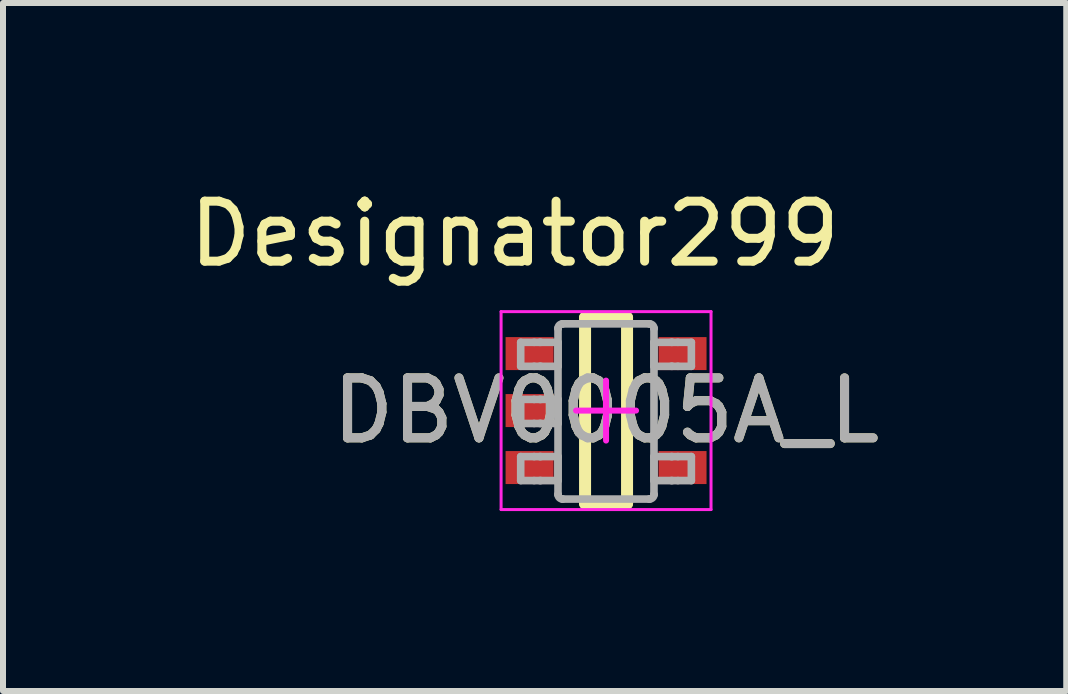
<source format=kicad_pcb>
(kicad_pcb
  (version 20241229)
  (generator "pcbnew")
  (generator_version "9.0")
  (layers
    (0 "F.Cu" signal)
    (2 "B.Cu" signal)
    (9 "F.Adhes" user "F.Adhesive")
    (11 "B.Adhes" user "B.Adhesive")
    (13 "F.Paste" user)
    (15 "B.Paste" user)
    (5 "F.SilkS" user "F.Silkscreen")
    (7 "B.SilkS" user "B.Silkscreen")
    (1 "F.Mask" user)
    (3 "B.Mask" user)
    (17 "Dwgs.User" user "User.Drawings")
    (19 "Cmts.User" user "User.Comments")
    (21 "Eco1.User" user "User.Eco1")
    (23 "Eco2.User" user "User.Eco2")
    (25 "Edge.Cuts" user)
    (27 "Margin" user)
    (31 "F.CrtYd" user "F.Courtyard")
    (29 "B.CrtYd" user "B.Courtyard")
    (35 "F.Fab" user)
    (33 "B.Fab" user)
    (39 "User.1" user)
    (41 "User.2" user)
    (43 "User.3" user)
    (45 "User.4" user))
  (footprint "DBV0005A_L"
    (layer "F.Cu")
    (at 7.054 3.795)
    (property "Reference" "DBV0005A_L" (at 0 0 0) (unlocked yes) (layer "F.SilkS") (effects (font (size 1 1) (thickness 0.15))))
    (attr smd)
    (fp_line (start -0.35 -1.55) (end 0.35 -1.55) (stroke (width 0.2) (type solid)) (layer "F.SilkS"))
    (fp_line (start -0.35 1.55) (end -0.35 -1.55) (stroke (width 0.2) (type solid)) (layer "F.SilkS"))
    (fp_line (start -0.35 1.55) (end 0.35 1.55) (stroke (width 0.2) (type solid)) (layer "F.SilkS"))
    (fp_line (start 0.35 1.55) (end 0.35 -1.55) (stroke (width 0.2) (type solid)) (layer "F.SilkS"))
    (fp_line (start -1.75 -1.65) (end 1.75 -1.65) (stroke (width 0.05) (type solid)) (layer "F.CrtYd"))
    (fp_line (start -1.75 1.65) (end -1.75 -1.65) (stroke (width 0.05) (type solid)) (layer "F.CrtYd"))
    (fp_line (start -1.75 1.65) (end 1.75 1.65) (stroke (width 0.05) (type solid)) (layer "F.CrtYd"))
    (fp_line (start -0.5 0) (end 0.5 0) (stroke (width 0.1) (type solid)) (layer "F.CrtYd"))
    (fp_line (start 0 0.5) (end 0 -0.5) (stroke (width 0.1) (type solid)) (layer "F.CrtYd"))
    (fp_line (start 1.75 1.65) (end 1.75 -1.65) (stroke (width 0.05) (type solid)) (layer "F.CrtYd"))
    (fp_line (start -1.423 -1.138) (end -1.199 -1.138) (stroke (width 0.127) (type solid)) (layer "F.Fab"))
    (fp_line (start -1.423 -0.738) (end -1.423 -1.138) (stroke (width 0.127) (type solid)) (layer "F.Fab"))
    (fp_line (start -1.423 -0.738) (end -1.199 -0.738) (stroke (width 0.127) (type solid)) (layer "F.Fab"))
    (fp_line (start -1.423 -0.186) (end -1.199 -0.186) (stroke (width 0.127) (type solid)) (layer "F.Fab"))
    (fp_line (start -1.423 0.215) (end -1.423 -0.186) (stroke (width 0.127) (type solid)) (layer "F.Fab"))
    (fp_line (start -1.423 0.215) (end -1.199 0.215) (stroke (width 0.127) (type solid)) (layer "F.Fab"))
    (fp_line (start -1.423 0.767) (end -1.199 0.767) (stroke (width 0.127) (type solid)) (layer "F.Fab"))
    (fp_line (start -1.423 1.167) (end -1.423 0.767) (stroke (width 0.127) (type solid)) (layer "F.Fab"))
    (fp_line (start -1.423 1.167) (end -1.199 1.167) (stroke (width 0.127) (type solid)) (layer "F.Fab"))
    (fp_line (start -1.199 -1.138) (end -1.105 -1.138) (stroke (width 0.127) (type solid)) (layer "F.Fab"))
    (fp_line (start -1.199 -0.738) (end -1.105 -0.738) (stroke (width 0.127) (type solid)) (layer "F.Fab"))
    (fp_line (start -1.199 -0.186) (end -1.105 -0.186) (stroke (width 0.127) (type solid)) (layer "F.Fab"))
    (fp_line (start -1.199 0.215) (end -1.105 0.215) (stroke (width 0.127) (type solid)) (layer "F.Fab"))
    (fp_line (start -1.199 0.767) (end -1.105 0.767) (stroke (width 0.127) (type solid)) (layer "F.Fab"))
    (fp_line (start -1.199 1.167) (end -1.105 1.167) (stroke (width 0.127) (type solid)) (layer "F.Fab"))
    (fp_line (start -1.105 -1.138) (end -1.088 -1.138) (stroke (width 0.127) (type solid)) (layer "F.Fab"))
    (fp_line (start -1.105 -0.738) (end -1.088 -0.738) (stroke (width 0.127) (type solid)) (layer "F.Fab"))
    (fp_line (start -1.105 -0.186) (end -1.088 -0.186) (stroke (width 0.127) (type solid)) (layer "F.Fab"))
    (fp_line (start -1.105 0.215) (end -1.088 0.215) (stroke (width 0.127) (type solid)) (layer "F.Fab"))
    (fp_line (start -1.105 0.767) (end -1.088 0.767) (stroke (width 0.127) (type solid)) (layer "F.Fab"))
    (fp_line (start -1.105 1.167) (end -1.088 1.167) (stroke (width 0.127) (type solid)) (layer "F.Fab"))
    (fp_line (start -1.088 -1.138) (end -0.835 -1.138) (stroke (width 0.127) (type solid)) (layer "F.Fab"))
    (fp_line (start -1.088 -0.738) (end -0.835 -0.738) (stroke (width 0.127) (type solid)) (layer "F.Fab"))
    (fp_line (start -1.088 -0.186) (end -0.835 -0.186) (stroke (width 0.127) (type solid)) (layer "F.Fab"))
    (fp_line (start -1.088 0.215) (end -0.835 0.215) (stroke (width 0.127) (type solid)) (layer "F.Fab"))
    (fp_line (start -1.088 0.767) (end -0.835 0.767) (stroke (width 0.127) (type solid)) (layer "F.Fab"))
    (fp_line (start -1.088 1.167) (end -0.835 1.167) (stroke (width 0.127) (type solid)) (layer "F.Fab"))
    (fp_line (start -0.835 -1.138) (end -0.801 -1.138) (stroke (width 0.127) (type solid)) (layer "F.Fab"))
    (fp_line (start -0.835 -0.738) (end -0.801 -0.738) (stroke (width 0.127) (type solid)) (layer "F.Fab"))
    (fp_line (start -0.835 -0.186) (end -0.801 -0.186) (stroke (width 0.127) (type solid)) (layer "F.Fab"))
    (fp_line (start -0.835 0.215) (end -0.801 0.215) (stroke (width 0.127) (type solid)) (layer "F.Fab"))
    (fp_line (start -0.835 0.767) (end -0.801 0.767) (stroke (width 0.127) (type solid)) (layer "F.Fab"))
    (fp_line (start -0.835 1.167) (end -0.801 1.167) (stroke (width 0.127) (type solid)) (layer "F.Fab"))
    (fp_line (start -0.801 -1.37) (end -0.801 -1.371) (stroke (width 0.127) (type solid)) (layer "F.Fab"))
    (fp_line (start -0.801 -0.738) (end -0.801 -1.138) (stroke (width 0.127) (type solid)) (layer "F.Fab"))
    (fp_line (start -0.801 0.215) (end -0.801 -0.186) (stroke (width 0.127) (type solid)) (layer "F.Fab"))
    (fp_line (start -0.801 1.167) (end -0.801 0.767) (stroke (width 0.127) (type solid)) (layer "F.Fab"))
    (fp_line (start -0.801 1.399) (end -0.801 -1.37) (stroke (width 0.127) (type solid)) (layer "F.Fab"))
    (fp_line (start -0.801 1.4) (end -0.801 1.399) (stroke (width 0.127) (type solid)) (layer "F.Fab"))
    (fp_line (start -0.725 -1.446) (end -0.725 -1.446) (stroke (width 0.127) (type solid)) (layer "F.Fab"))
    (fp_line (start -0.725 1.475) (end -0.725 1.475) (stroke (width 0.127) (type solid)) (layer "F.Fab"))
    (fp_line (start -0.725 -1.446) (end 0.723 -1.446) (stroke (width 0.127) (type solid)) (layer "F.Fab"))
    (fp_line (start -0.725 1.475) (end 0.723 1.475) (stroke (width 0.127) (type solid)) (layer "F.Fab"))
    (fp_line (start 0.723 -1.446) (end 0.724 -1.446) (stroke (width 0.127) (type solid)) (layer "F.Fab"))
    (fp_line (start 0.723 1.475) (end 0.724 1.475) (stroke (width 0.127) (type solid)) (layer "F.Fab"))
    (fp_line (start 0.799 -1.37) (end 0.799 -1.371) (stroke (width 0.127) (type solid)) (layer "F.Fab"))
    (fp_line (start 0.799 -1.138) (end 0.834 -1.138) (stroke (width 0.127) (type solid)) (layer "F.Fab"))
    (fp_line (start 0.799 -0.738) (end 0.799 -1.138) (stroke (width 0.127) (type solid)) (layer "F.Fab"))
    (fp_line (start 0.799 -0.738) (end 0.834 -0.738) (stroke (width 0.127) (type solid)) (layer "F.Fab"))
    (fp_line (start 0.799 0.767) (end 0.834 0.767) (stroke (width 0.127) (type solid)) (layer "F.Fab"))
    (fp_line (start 0.799 1.167) (end 0.799 0.767) (stroke (width 0.127) (type solid)) (layer "F.Fab"))
    (fp_line (start 0.799 1.167) (end 0.834 1.167) (stroke (width 0.127) (type solid)) (layer "F.Fab"))
    (fp_line (start 0.799 1.399) (end 0.799 -1.37) (stroke (width 0.127) (type solid)) (layer "F.Fab"))
    (fp_line (start 0.799 1.4) (end 0.799 1.399) (stroke (width 0.127) (type solid)) (layer "F.Fab"))
    (fp_line (start 0.834 -1.138) (end 1.087 -1.138) (stroke (width 0.127) (type solid)) (layer "F.Fab"))
    (fp_line (start 0.834 -0.738) (end 1.087 -0.738) (stroke (width 0.127) (type solid)) (layer "F.Fab"))
    (fp_line (start 0.834 0.767) (end 1.087 0.767) (stroke (width 0.127) (type solid)) (layer "F.Fab"))
    (fp_line (start 0.834 1.167) (end 1.087 1.167) (stroke (width 0.127) (type solid)) (layer "F.Fab"))
    (fp_line (start 1.087 -1.138) (end 1.103 -1.138) (stroke (width 0.127) (type solid)) (layer "F.Fab"))
    (fp_line (start 1.087 -0.738) (end 1.103 -0.738) (stroke (width 0.127) (type solid)) (layer "F.Fab"))
    (fp_line (start 1.087 0.767) (end 1.103 0.767) (stroke (width 0.127) (type solid)) (layer "F.Fab"))
    (fp_line (start 1.087 1.167) (end 1.103 1.167) (stroke (width 0.127) (type solid)) (layer "F.Fab"))
    (fp_line (start 1.103 -1.138) (end 1.198 -1.138) (stroke (width 0.127) (type solid)) (layer "F.Fab"))
    (fp_line (start 1.103 -0.738) (end 1.198 -0.738) (stroke (width 0.127) (type solid)) (layer "F.Fab"))
    (fp_line (start 1.103 0.767) (end 1.198 0.767) (stroke (width 0.127) (type solid)) (layer "F.Fab"))
    (fp_line (start 1.103 1.167) (end 1.198 1.167) (stroke (width 0.127) (type solid)) (layer "F.Fab"))
    (fp_line (start 1.198 -1.138) (end 1.422 -1.138) (stroke (width 0.127) (type solid)) (layer "F.Fab"))
    (fp_line (start 1.198 -0.738) (end 1.422 -0.738) (stroke (width 0.127) (type solid)) (layer "F.Fab"))
    (fp_line (start 1.198 0.767) (end 1.422 0.767) (stroke (width 0.127) (type solid)) (layer "F.Fab"))
    (fp_line (start 1.198 1.167) (end 1.422 1.167) (stroke (width 0.127) (type solid)) (layer "F.Fab"))
    (fp_line (start 1.422 -0.738) (end 1.422 -1.138) (stroke (width 0.127) (type solid)) (layer "F.Fab"))
    (fp_line (start 1.422 1.167) (end 1.422 0.767) (stroke (width 0.127) (type solid)) (layer "F.Fab"))
    (fp_arc (start -0.80074 -1.37084) (mid -0.778218 -1.423887) (end -0.724999 -1.445998) (stroke (width 0.127) (type solid)) (layer "F.Fab"))
    (fp_arc (start -0.724999 1.475) (mid -0.778213 1.452901) (end -0.80074 1.399867) (stroke (width 0.127) (type solid)) (layer "F.Fab"))
    (fp_arc (start 0.723714 -1.445998) (mid 0.776933 -1.423887) (end 0.799455 -1.37084) (stroke (width 0.127) (type solid)) (layer "F.Fab"))
    (fp_arc (start 0.799455 1.399868) (mid 0.776927 1.452901) (end 0.723713 1.475) (stroke (width 0.127) (type solid)) (layer "F.Fab"))
    (fp_text user "Designator299" (at -1.524 -2.946 0) (unlocked yes) (layer "F.SilkS") (effects (font (size 1 1) (thickness 0.15))))
    (fp_text user "${REFERENCE}" (at 0 0 0) (unlocked yes) (layer "F.Fab") (effects (font (size 1 1) (thickness 0.15))))
    (pad "1" smd rect (at -1.275 -0.95 90) (size 0.55 0.8) (layers "F.Cu" "F.Mask" "F.Paste"))
    (pad "2" smd rect (at -1.275 0 90) (size 0.55 0.8) (layers "F.Cu" "F.Mask" "F.Paste"))
    (pad "3" smd rect (at -1.275 0.95 90) (size 0.55 0.8) (layers "F.Cu" "F.Mask" "F.Paste"))
    (pad "4" smd rect (at 1.275 0.95 90) (size 0.55 0.8) (layers "F.Cu" "F.Mask" "F.Paste"))
    (pad "5" smd rect (at 1.275 -0.95 90) (size 0.55 0.8) (layers "F.Cu" "F.Mask" "F.Paste")))
  (gr_rect
    (start -3 -3)
    (end 14.726 8.47)
    (stroke (width 0.1) (type default))
    (fill no)
    (layer "Edge.Cuts")))
</source>
